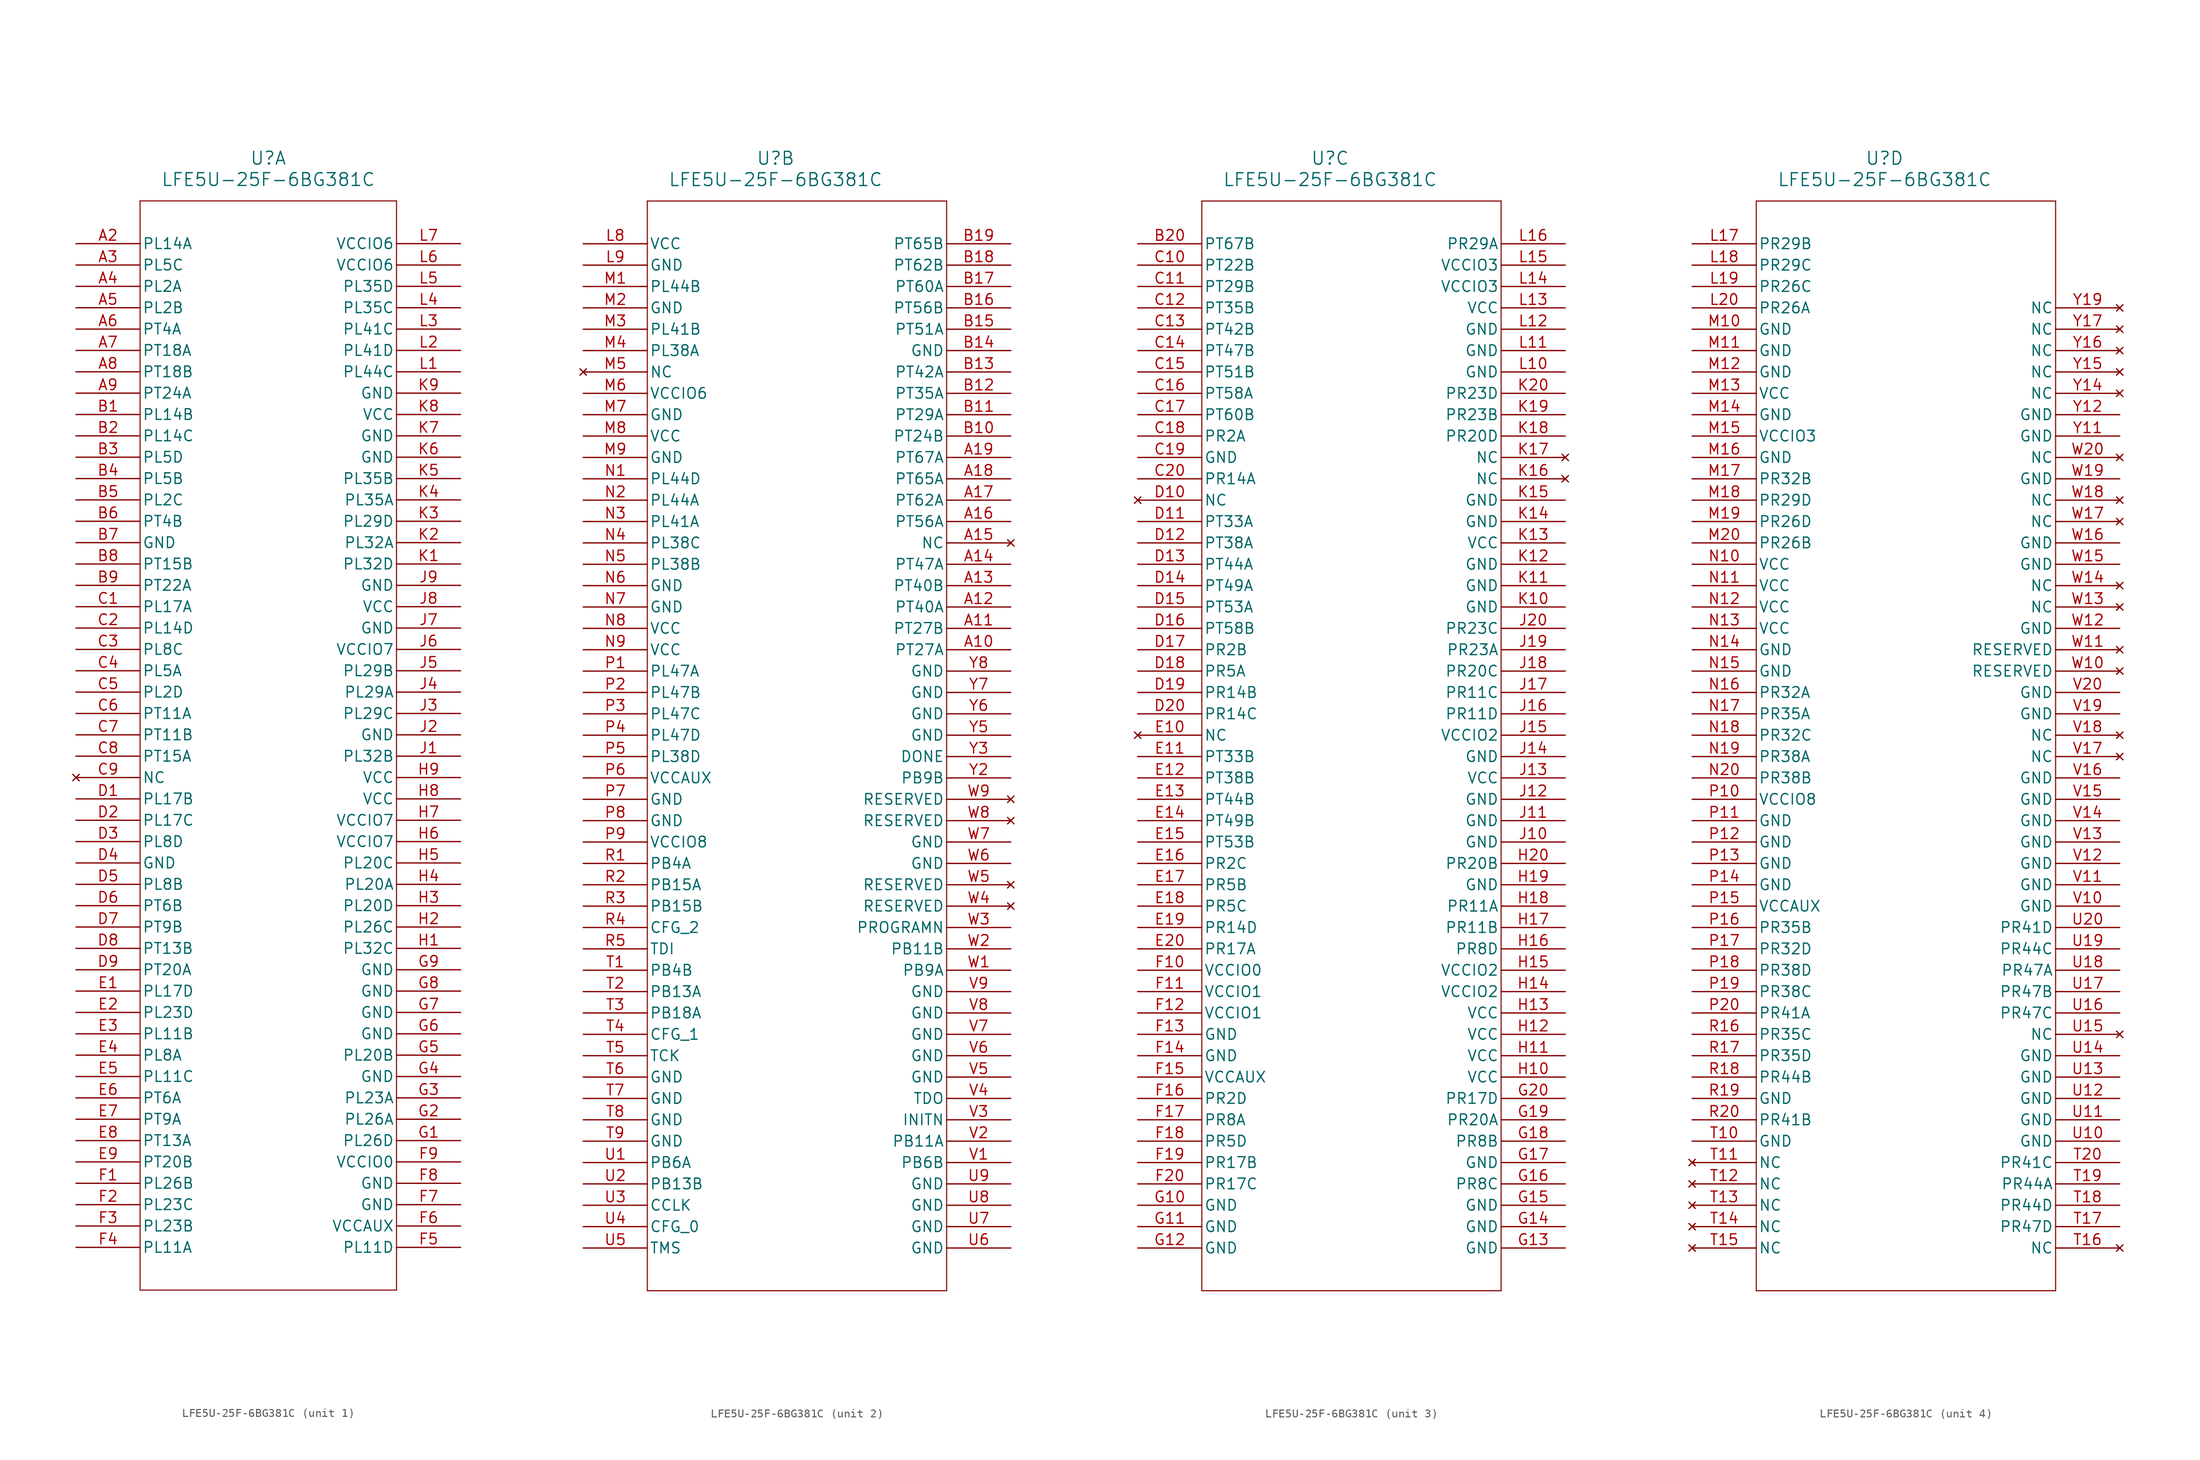
<source format=kicad_sym>
(kicad_symbol_lib
  (version 20241209)
  (generator "kicad_symbol_editor")
  (generator_version "9.0")
  (symbol "LFE5U-25F-6BG381C"
    (pin_names
      (offset 0.254))
    (property "Reference" "U"
      (at 22.86 10.16 0)
      (effects (font (size 1.524 1.524))))
    (property "Value" "LFE5U-25F-6BG381C"
      (at 22.86 7.62 0)
      (effects (font (size 1.524 1.524))))
    (property "ki_locked" ""
      (at 0 0 0)
      (effects (font (size 1.27 1.27))))
    (symbol "LFE5U-25F-6BG381C_1_1"
      (polyline (pts (xy 7.62 5.08) (xy 7.62 -124.46)) (stroke (width 0.127) (type default)) (fill (type none)))
      (polyline (pts (xy 7.62 -124.46) (xy 38.1 -124.46)) (stroke (width 0.127) (type default)) (fill (type none)))
      (polyline (pts (xy 38.1 5.08) (xy 7.62 5.08)) (stroke (width 0.127) (type default)) (fill (type none)))
      (polyline (pts (xy 38.1 -124.46) (xy 38.1 5.08)) (stroke (width 0.127) (type default)) (fill (type none)))
      (pin bidirectional line (at 0 0 0) (length 7.62) (name "PL14A" (effects (font (size 1.27 1.27)))) (number "A2" (effects (font (size 1.27 1.27)))))
      (pin bidirectional line (at 0 -2.54 0) (length 7.62) (name "PL5C" (effects (font (size 1.27 1.27)))) (number "A3" (effects (font (size 1.27 1.27)))))
      (pin bidirectional line (at 0 -5.08 0) (length 7.62) (name "PL2A" (effects (font (size 1.27 1.27)))) (number "A4" (effects (font (size 1.27 1.27)))))
      (pin bidirectional line (at 0 -7.62 0) (length 7.62) (name "PL2B" (effects (font (size 1.27 1.27)))) (number "A5" (effects (font (size 1.27 1.27)))))
      (pin bidirectional line (at 0 -10.16 0) (length 7.62) (name "PT4A" (effects (font (size 1.27 1.27)))) (number "A6" (effects (font (size 1.27 1.27)))))
      (pin bidirectional line (at 0 -12.7 0) (length 7.62) (name "PT18A" (effects (font (size 1.27 1.27)))) (number "A7" (effects (font (size 1.27 1.27)))))
      (pin bidirectional line (at 0 -15.24 0) (length 7.62) (name "PT18B" (effects (font (size 1.27 1.27)))) (number "A8" (effects (font (size 1.27 1.27)))))
      (pin bidirectional line (at 0 -17.78 0) (length 7.62) (name "PT24A" (effects (font (size 1.27 1.27)))) (number "A9" (effects (font (size 1.27 1.27)))))
      (pin bidirectional line (at 0 -20.32 0) (length 7.62) (name "PL14B" (effects (font (size 1.27 1.27)))) (number "B1" (effects (font (size 1.27 1.27)))))
      (pin bidirectional line (at 0 -22.86 0) (length 7.62) (name "PL14C" (effects (font (size 1.27 1.27)))) (number "B2" (effects (font (size 1.27 1.27)))))
      (pin bidirectional line (at 0 -25.4 0) (length 7.62) (name "PL5D" (effects (font (size 1.27 1.27)))) (number "B3" (effects (font (size 1.27 1.27)))))
      (pin bidirectional line (at 0 -27.94 0) (length 7.62) (name "PL5B" (effects (font (size 1.27 1.27)))) (number "B4" (effects (font (size 1.27 1.27)))))
      (pin bidirectional line (at 0 -30.48 0) (length 7.62) (name "PL2C" (effects (font (size 1.27 1.27)))) (number "B5" (effects (font (size 1.27 1.27)))))
      (pin bidirectional line (at 0 -33.02 0) (length 7.62) (name "PT4B" (effects (font (size 1.27 1.27)))) (number "B6" (effects (font (size 1.27 1.27)))))
      (pin power_out line (at 0 -35.56 0) (length 7.62) (name "GND" (effects (font (size 1.27 1.27)))) (number "B7" (effects (font (size 1.27 1.27)))))
      (pin bidirectional line (at 0 -38.1 0) (length 7.62) (name "PT15B" (effects (font (size 1.27 1.27)))) (number "B8" (effects (font (size 1.27 1.27)))))
      (pin bidirectional line (at 0 -40.64 0) (length 7.62) (name "PT22A" (effects (font (size 1.27 1.27)))) (number "B9" (effects (font (size 1.27 1.27)))))
      (pin bidirectional line (at 0 -43.18 0) (length 7.62) (name "PL17A" (effects (font (size 1.27 1.27)))) (number "C1" (effects (font (size 1.27 1.27)))))
      (pin bidirectional line (at 0 -45.72 0) (length 7.62) (name "PL14D" (effects (font (size 1.27 1.27)))) (number "C2" (effects (font (size 1.27 1.27)))))
      (pin bidirectional line (at 0 -48.26 0) (length 7.62) (name "PL8C" (effects (font (size 1.27 1.27)))) (number "C3" (effects (font (size 1.27 1.27)))))
      (pin bidirectional line (at 0 -50.8 0) (length 7.62) (name "PL5A" (effects (font (size 1.27 1.27)))) (number "C4" (effects (font (size 1.27 1.27)))))
      (pin bidirectional line (at 0 -53.34 0) (length 7.62) (name "PL2D" (effects (font (size 1.27 1.27)))) (number "C5" (effects (font (size 1.27 1.27)))))
      (pin bidirectional line (at 0 -55.88 0) (length 7.62) (name "PT11A" (effects (font (size 1.27 1.27)))) (number "C6" (effects (font (size 1.27 1.27)))))
      (pin bidirectional line (at 0 -58.42 0) (length 7.62) (name "PT11B" (effects (font (size 1.27 1.27)))) (number "C7" (effects (font (size 1.27 1.27)))))
      (pin bidirectional line (at 0 -60.96 0) (length 7.62) (name "PT15A" (effects (font (size 1.27 1.27)))) (number "C8" (effects (font (size 1.27 1.27)))))
      (pin no_connect line (at 0 -63.5 0) (length 7.62) (name "NC" (effects (font (size 1.27 1.27)))) (number "C9" (effects (font (size 1.27 1.27)))))
      (pin bidirectional line (at 0 -66.04 0) (length 7.62) (name "PL17B" (effects (font (size 1.27 1.27)))) (number "D1" (effects (font (size 1.27 1.27)))))
      (pin bidirectional line (at 0 -68.58 0) (length 7.62) (name "PL17C" (effects (font (size 1.27 1.27)))) (number "D2" (effects (font (size 1.27 1.27)))))
      (pin bidirectional line (at 0 -71.12 0) (length 7.62) (name "PL8D" (effects (font (size 1.27 1.27)))) (number "D3" (effects (font (size 1.27 1.27)))))
      (pin power_out line (at 0 -73.66 0) (length 7.62) (name "GND" (effects (font (size 1.27 1.27)))) (number "D4" (effects (font (size 1.27 1.27)))))
      (pin bidirectional line (at 0 -76.2 0) (length 7.62) (name "PL8B" (effects (font (size 1.27 1.27)))) (number "D5" (effects (font (size 1.27 1.27)))))
      (pin bidirectional line (at 0 -78.74 0) (length 7.62) (name "PT6B" (effects (font (size 1.27 1.27)))) (number "D6" (effects (font (size 1.27 1.27)))))
      (pin bidirectional line (at 0 -81.28 0) (length 7.62) (name "PT9B" (effects (font (size 1.27 1.27)))) (number "D7" (effects (font (size 1.27 1.27)))))
      (pin bidirectional line (at 0 -83.82 0) (length 7.62) (name "PT13B" (effects (font (size 1.27 1.27)))) (number "D8" (effects (font (size 1.27 1.27)))))
      (pin bidirectional line (at 0 -86.36 0) (length 7.62) (name "PT20A" (effects (font (size 1.27 1.27)))) (number "D9" (effects (font (size 1.27 1.27)))))
      (pin bidirectional line (at 0 -88.9 0) (length 7.62) (name "PL17D" (effects (font (size 1.27 1.27)))) (number "E1" (effects (font (size 1.27 1.27)))))
      (pin bidirectional line (at 0 -91.44 0) (length 7.62) (name "PL23D" (effects (font (size 1.27 1.27)))) (number "E2" (effects (font (size 1.27 1.27)))))
      (pin bidirectional line (at 0 -93.98 0) (length 7.62) (name "PL11B" (effects (font (size 1.27 1.27)))) (number "E3" (effects (font (size 1.27 1.27)))))
      (pin bidirectional line (at 0 -96.52 0) (length 7.62) (name "PL8A" (effects (font (size 1.27 1.27)))) (number "E4" (effects (font (size 1.27 1.27)))))
      (pin bidirectional line (at 0 -99.06 0) (length 7.62) (name "PL11C" (effects (font (size 1.27 1.27)))) (number "E5" (effects (font (size 1.27 1.27)))))
      (pin bidirectional line (at 0 -101.6 0) (length 7.62) (name "PT6A" (effects (font (size 1.27 1.27)))) (number "E6" (effects (font (size 1.27 1.27)))))
      (pin bidirectional line (at 0 -104.14 0) (length 7.62) (name "PT9A" (effects (font (size 1.27 1.27)))) (number "E7" (effects (font (size 1.27 1.27)))))
      (pin bidirectional line (at 0 -106.68 0) (length 7.62) (name "PT13A" (effects (font (size 1.27 1.27)))) (number "E8" (effects (font (size 1.27 1.27)))))
      (pin bidirectional line (at 0 -109.22 0) (length 7.62) (name "PT20B" (effects (font (size 1.27 1.27)))) (number "E9" (effects (font (size 1.27 1.27)))))
      (pin bidirectional line (at 0 -111.76 0) (length 7.62) (name "PL26B" (effects (font (size 1.27 1.27)))) (number "F1" (effects (font (size 1.27 1.27)))))
      (pin bidirectional line (at 0 -114.3 0) (length 7.62) (name "PL23C" (effects (font (size 1.27 1.27)))) (number "F2" (effects (font (size 1.27 1.27)))))
      (pin bidirectional line (at 0 -116.84 0) (length 7.62) (name "PL23B" (effects (font (size 1.27 1.27)))) (number "F3" (effects (font (size 1.27 1.27)))))
      (pin bidirectional line (at 0 -119.38 0) (length 7.62) (name "PL11A" (effects (font (size 1.27 1.27)))) (number "F4" (effects (font (size 1.27 1.27)))))
      (pin power_in line (at 45.72 0 180) (length 7.62) (name "VCCIO6" (effects (font (size 1.27 1.27)))) (number "L7" (effects (font (size 1.27 1.27)))))
      (pin power_in line (at 45.72 -2.54 180) (length 7.62) (name "VCCIO6" (effects (font (size 1.27 1.27)))) (number "L6" (effects (font (size 1.27 1.27)))))
      (pin bidirectional line (at 45.72 -5.08 180) (length 7.62) (name "PL35D" (effects (font (size 1.27 1.27)))) (number "L5" (effects (font (size 1.27 1.27)))))
      (pin bidirectional line (at 45.72 -7.62 180) (length 7.62) (name "PL35C" (effects (font (size 1.27 1.27)))) (number "L4" (effects (font (size 1.27 1.27)))))
      (pin bidirectional line (at 45.72 -10.16 180) (length 7.62) (name "PL41C" (effects (font (size 1.27 1.27)))) (number "L3" (effects (font (size 1.27 1.27)))))
      (pin bidirectional line (at 45.72 -12.7 180) (length 7.62) (name "PL41D" (effects (font (size 1.27 1.27)))) (number "L2" (effects (font (size 1.27 1.27)))))
      (pin bidirectional line (at 45.72 -15.24 180) (length 7.62) (name "PL44C" (effects (font (size 1.27 1.27)))) (number "L1" (effects (font (size 1.27 1.27)))))
      (pin power_out line (at 45.72 -17.78 180) (length 7.62) (name "GND" (effects (font (size 1.27 1.27)))) (number "K9" (effects (font (size 1.27 1.27)))))
      (pin power_in line (at 45.72 -20.32 180) (length 7.62) (name "VCC" (effects (font (size 1.27 1.27)))) (number "K8" (effects (font (size 1.27 1.27)))))
      (pin power_out line (at 45.72 -22.86 180) (length 7.62) (name "GND" (effects (font (size 1.27 1.27)))) (number "K7" (effects (font (size 1.27 1.27)))))
      (pin power_out line (at 45.72 -25.4 180) (length 7.62) (name "GND" (effects (font (size 1.27 1.27)))) (number "K6" (effects (font (size 1.27 1.27)))))
      (pin bidirectional line (at 45.72 -27.94 180) (length 7.62) (name "PL35B" (effects (font (size 1.27 1.27)))) (number "K5" (effects (font (size 1.27 1.27)))))
      (pin bidirectional line (at 45.72 -30.48 180) (length 7.62) (name "PL35A" (effects (font (size 1.27 1.27)))) (number "K4" (effects (font (size 1.27 1.27)))))
      (pin bidirectional line (at 45.72 -33.02 180) (length 7.62) (name "PL29D" (effects (font (size 1.27 1.27)))) (number "K3" (effects (font (size 1.27 1.27)))))
      (pin bidirectional line (at 45.72 -35.56 180) (length 7.62) (name "PL32A" (effects (font (size 1.27 1.27)))) (number "K2" (effects (font (size 1.27 1.27)))))
      (pin bidirectional line (at 45.72 -38.1 180) (length 7.62) (name "PL32D" (effects (font (size 1.27 1.27)))) (number "K1" (effects (font (size 1.27 1.27)))))
      (pin power_out line (at 45.72 -40.64 180) (length 7.62) (name "GND" (effects (font (size 1.27 1.27)))) (number "J9" (effects (font (size 1.27 1.27)))))
      (pin power_in line (at 45.72 -43.18 180) (length 7.62) (name "VCC" (effects (font (size 1.27 1.27)))) (number "J8" (effects (font (size 1.27 1.27)))))
      (pin power_out line (at 45.72 -45.72 180) (length 7.62) (name "GND" (effects (font (size 1.27 1.27)))) (number "J7" (effects (font (size 1.27 1.27)))))
      (pin power_in line (at 45.72 -48.26 180) (length 7.62) (name "VCCIO7" (effects (font (size 1.27 1.27)))) (number "J6" (effects (font (size 1.27 1.27)))))
      (pin bidirectional line (at 45.72 -50.8 180) (length 7.62) (name "PL29B" (effects (font (size 1.27 1.27)))) (number "J5" (effects (font (size 1.27 1.27)))))
      (pin bidirectional line (at 45.72 -53.34 180) (length 7.62) (name "PL29A" (effects (font (size 1.27 1.27)))) (number "J4" (effects (font (size 1.27 1.27)))))
      (pin bidirectional line (at 45.72 -55.88 180) (length 7.62) (name "PL29C" (effects (font (size 1.27 1.27)))) (number "J3" (effects (font (size 1.27 1.27)))))
      (pin power_out line (at 45.72 -58.42 180) (length 7.62) (name "GND" (effects (font (size 1.27 1.27)))) (number "J2" (effects (font (size 1.27 1.27)))))
      (pin bidirectional line (at 45.72 -60.96 180) (length 7.62) (name "PL32B" (effects (font (size 1.27 1.27)))) (number "J1" (effects (font (size 1.27 1.27)))))
      (pin power_in line (at 45.72 -63.5 180) (length 7.62) (name "VCC" (effects (font (size 1.27 1.27)))) (number "H9" (effects (font (size 1.27 1.27)))))
      (pin power_in line (at 45.72 -66.04 180) (length 7.62) (name "VCC" (effects (font (size 1.27 1.27)))) (number "H8" (effects (font (size 1.27 1.27)))))
      (pin power_in line (at 45.72 -68.58 180) (length 7.62) (name "VCCIO7" (effects (font (size 1.27 1.27)))) (number "H7" (effects (font (size 1.27 1.27)))))
      (pin power_in line (at 45.72 -71.12 180) (length 7.62) (name "VCCIO7" (effects (font (size 1.27 1.27)))) (number "H6" (effects (font (size 1.27 1.27)))))
      (pin bidirectional line (at 45.72 -73.66 180) (length 7.62) (name "PL20C" (effects (font (size 1.27 1.27)))) (number "H5" (effects (font (size 1.27 1.27)))))
      (pin bidirectional line (at 45.72 -76.2 180) (length 7.62) (name "PL20A" (effects (font (size 1.27 1.27)))) (number "H4" (effects (font (size 1.27 1.27)))))
      (pin bidirectional line (at 45.72 -78.74 180) (length 7.62) (name "PL20D" (effects (font (size 1.27 1.27)))) (number "H3" (effects (font (size 1.27 1.27)))))
      (pin bidirectional line (at 45.72 -81.28 180) (length 7.62) (name "PL26C" (effects (font (size 1.27 1.27)))) (number "H2" (effects (font (size 1.27 1.27)))))
      (pin bidirectional line (at 45.72 -83.82 180) (length 7.62) (name "PL32C" (effects (font (size 1.27 1.27)))) (number "H1" (effects (font (size 1.27 1.27)))))
      (pin power_out line (at 45.72 -86.36 180) (length 7.62) (name "GND" (effects (font (size 1.27 1.27)))) (number "G9" (effects (font (size 1.27 1.27)))))
      (pin power_out line (at 45.72 -88.9 180) (length 7.62) (name "GND" (effects (font (size 1.27 1.27)))) (number "G8" (effects (font (size 1.27 1.27)))))
      (pin power_out line (at 45.72 -91.44 180) (length 7.62) (name "GND" (effects (font (size 1.27 1.27)))) (number "G7" (effects (font (size 1.27 1.27)))))
      (pin power_out line (at 45.72 -93.98 180) (length 7.62) (name "GND" (effects (font (size 1.27 1.27)))) (number "G6" (effects (font (size 1.27 1.27)))))
      (pin bidirectional line (at 45.72 -96.52 180) (length 7.62) (name "PL20B" (effects (font (size 1.27 1.27)))) (number "G5" (effects (font (size 1.27 1.27)))))
      (pin power_out line (at 45.72 -99.06 180) (length 7.62) (name "GND" (effects (font (size 1.27 1.27)))) (number "G4" (effects (font (size 1.27 1.27)))))
      (pin bidirectional line (at 45.72 -101.6 180) (length 7.62) (name "PL23A" (effects (font (size 1.27 1.27)))) (number "G3" (effects (font (size 1.27 1.27)))))
      (pin bidirectional line (at 45.72 -104.14 180) (length 7.62) (name "PL26A" (effects (font (size 1.27 1.27)))) (number "G2" (effects (font (size 1.27 1.27)))))
      (pin bidirectional line (at 45.72 -106.68 180) (length 7.62) (name "PL26D" (effects (font (size 1.27 1.27)))) (number "G1" (effects (font (size 1.27 1.27)))))
      (pin power_in line (at 45.72 -109.22 180) (length 7.62) (name "VCCIO0" (effects (font (size 1.27 1.27)))) (number "F9" (effects (font (size 1.27 1.27)))))
      (pin power_out line (at 45.72 -111.76 180) (length 7.62) (name "GND" (effects (font (size 1.27 1.27)))) (number "F8" (effects (font (size 1.27 1.27)))))
      (pin power_out line (at 45.72 -114.3 180) (length 7.62) (name "GND" (effects (font (size 1.27 1.27)))) (number "F7" (effects (font (size 1.27 1.27)))))
      (pin power_in line (at 45.72 -116.84 180) (length 7.62) (name "VCCAUX" (effects (font (size 1.27 1.27)))) (number "F6" (effects (font (size 1.27 1.27)))))
      (pin bidirectional line (at 45.72 -119.38 180) (length 7.62) (name "PL11D" (effects (font (size 1.27 1.27)))) (number "F5" (effects (font (size 1.27 1.27))))))
    (symbol "LFE5U-25F-6BG381C_2_1"
      (polyline (pts (xy 7.62 5.08) (xy 7.62 -124.46)) (stroke (width 0.127) (type default)) (fill (type none)))
      (polyline (pts (xy 7.62 -124.46) (xy 43.18 -124.46)) (stroke (width 0.127) (type default)) (fill (type none)))
      (polyline (pts (xy 43.18 5.08) (xy 7.62 5.08)) (stroke (width 0.127) (type default)) (fill (type none)))
      (polyline (pts (xy 43.18 -124.46) (xy 43.18 5.08)) (stroke (width 0.127) (type default)) (fill (type none)))
      (pin power_in line (at 0 0 0) (length 7.62) (name "VCC" (effects (font (size 1.27 1.27)))) (number "L8" (effects (font (size 1.27 1.27)))))
      (pin power_out line (at 0 -2.54 0) (length 7.62) (name "GND" (effects (font (size 1.27 1.27)))) (number "L9" (effects (font (size 1.27 1.27)))))
      (pin bidirectional line (at 0 -5.08 0) (length 7.62) (name "PL44B" (effects (font (size 1.27 1.27)))) (number "M1" (effects (font (size 1.27 1.27)))))
      (pin power_out line (at 0 -7.62 0) (length 7.62) (name "GND" (effects (font (size 1.27 1.27)))) (number "M2" (effects (font (size 1.27 1.27)))))
      (pin bidirectional line (at 0 -10.16 0) (length 7.62) (name "PL41B" (effects (font (size 1.27 1.27)))) (number "M3" (effects (font (size 1.27 1.27)))))
      (pin bidirectional line (at 0 -12.7 0) (length 7.62) (name "PL38A" (effects (font (size 1.27 1.27)))) (number "M4" (effects (font (size 1.27 1.27)))))
      (pin no_connect line (at 0 -15.24 0) (length 7.62) (name "NC" (effects (font (size 1.27 1.27)))) (number "M5" (effects (font (size 1.27 1.27)))))
      (pin power_in line (at 0 -17.78 0) (length 7.62) (name "VCCIO6" (effects (font (size 1.27 1.27)))) (number "M6" (effects (font (size 1.27 1.27)))))
      (pin power_out line (at 0 -20.32 0) (length 7.62) (name "GND" (effects (font (size 1.27 1.27)))) (number "M7" (effects (font (size 1.27 1.27)))))
      (pin power_in line (at 0 -22.86 0) (length 7.62) (name "VCC" (effects (font (size 1.27 1.27)))) (number "M8" (effects (font (size 1.27 1.27)))))
      (pin power_out line (at 0 -25.4 0) (length 7.62) (name "GND" (effects (font (size 1.27 1.27)))) (number "M9" (effects (font (size 1.27 1.27)))))
      (pin bidirectional line (at 0 -27.94 0) (length 7.62) (name "PL44D" (effects (font (size 1.27 1.27)))) (number "N1" (effects (font (size 1.27 1.27)))))
      (pin bidirectional line (at 0 -30.48 0) (length 7.62) (name "PL44A" (effects (font (size 1.27 1.27)))) (number "N2" (effects (font (size 1.27 1.27)))))
      (pin bidirectional line (at 0 -33.02 0) (length 7.62) (name "PL41A" (effects (font (size 1.27 1.27)))) (number "N3" (effects (font (size 1.27 1.27)))))
      (pin bidirectional line (at 0 -35.56 0) (length 7.62) (name "PL38C" (effects (font (size 1.27 1.27)))) (number "N4" (effects (font (size 1.27 1.27)))))
      (pin bidirectional line (at 0 -38.1 0) (length 7.62) (name "PL38B" (effects (font (size 1.27 1.27)))) (number "N5" (effects (font (size 1.27 1.27)))))
      (pin power_out line (at 0 -40.64 0) (length 7.62) (name "GND" (effects (font (size 1.27 1.27)))) (number "N6" (effects (font (size 1.27 1.27)))))
      (pin power_out line (at 0 -43.18 0) (length 7.62) (name "GND" (effects (font (size 1.27 1.27)))) (number "N7" (effects (font (size 1.27 1.27)))))
      (pin power_in line (at 0 -45.72 0) (length 7.62) (name "VCC" (effects (font (size 1.27 1.27)))) (number "N8" (effects (font (size 1.27 1.27)))))
      (pin power_in line (at 0 -48.26 0) (length 7.62) (name "VCC" (effects (font (size 1.27 1.27)))) (number "N9" (effects (font (size 1.27 1.27)))))
      (pin bidirectional line (at 0 -50.8 0) (length 7.62) (name "PL47A" (effects (font (size 1.27 1.27)))) (number "P1" (effects (font (size 1.27 1.27)))))
      (pin bidirectional line (at 0 -53.34 0) (length 7.62) (name "PL47B" (effects (font (size 1.27 1.27)))) (number "P2" (effects (font (size 1.27 1.27)))))
      (pin bidirectional line (at 0 -55.88 0) (length 7.62) (name "PL47C" (effects (font (size 1.27 1.27)))) (number "P3" (effects (font (size 1.27 1.27)))))
      (pin bidirectional line (at 0 -58.42 0) (length 7.62) (name "PL47D" (effects (font (size 1.27 1.27)))) (number "P4" (effects (font (size 1.27 1.27)))))
      (pin bidirectional line (at 0 -60.96 0) (length 7.62) (name "PL38D" (effects (font (size 1.27 1.27)))) (number "P5" (effects (font (size 1.27 1.27)))))
      (pin power_in line (at 0 -63.5 0) (length 7.62) (name "VCCAUX" (effects (font (size 1.27 1.27)))) (number "P6" (effects (font (size 1.27 1.27)))))
      (pin power_out line (at 0 -66.04 0) (length 7.62) (name "GND" (effects (font (size 1.27 1.27)))) (number "P7" (effects (font (size 1.27 1.27)))))
      (pin power_out line (at 0 -68.58 0) (length 7.62) (name "GND" (effects (font (size 1.27 1.27)))) (number "P8" (effects (font (size 1.27 1.27)))))
      (pin power_in line (at 0 -71.12 0) (length 7.62) (name "VCCIO8" (effects (font (size 1.27 1.27)))) (number "P9" (effects (font (size 1.27 1.27)))))
      (pin bidirectional line (at 0 -73.66 0) (length 7.62) (name "PB4A" (effects (font (size 1.27 1.27)))) (number "R1" (effects (font (size 1.27 1.27)))))
      (pin bidirectional line (at 0 -76.2 0) (length 7.62) (name "PB15A" (effects (font (size 1.27 1.27)))) (number "R2" (effects (font (size 1.27 1.27)))))
      (pin bidirectional line (at 0 -78.74 0) (length 7.62) (name "PB15B" (effects (font (size 1.27 1.27)))) (number "R3" (effects (font (size 1.27 1.27)))))
      (pin input line (at 0 -81.28 0) (length 7.62) (name "CFG_2" (effects (font (size 1.27 1.27)))) (number "R4" (effects (font (size 1.27 1.27)))))
      (pin input line (at 0 -83.82 0) (length 7.62) (name "TDI" (effects (font (size 1.27 1.27)))) (number "R5" (effects (font (size 1.27 1.27)))))
      (pin bidirectional line (at 0 -86.36 0) (length 7.62) (name "PB4B" (effects (font (size 1.27 1.27)))) (number "T1" (effects (font (size 1.27 1.27)))))
      (pin bidirectional line (at 0 -88.9 0) (length 7.62) (name "PB13A" (effects (font (size 1.27 1.27)))) (number "T2" (effects (font (size 1.27 1.27)))))
      (pin bidirectional line (at 0 -91.44 0) (length 7.62) (name "PB18A" (effects (font (size 1.27 1.27)))) (number "T3" (effects (font (size 1.27 1.27)))))
      (pin input line (at 0 -93.98 0) (length 7.62) (name "CFG_1" (effects (font (size 1.27 1.27)))) (number "T4" (effects (font (size 1.27 1.27)))))
      (pin input line (at 0 -96.52 0) (length 7.62) (name "TCK" (effects (font (size 1.27 1.27)))) (number "T5" (effects (font (size 1.27 1.27)))))
      (pin power_out line (at 0 -99.06 0) (length 7.62) (name "GND" (effects (font (size 1.27 1.27)))) (number "T6" (effects (font (size 1.27 1.27)))))
      (pin power_out line (at 0 -101.6 0) (length 7.62) (name "GND" (effects (font (size 1.27 1.27)))) (number "T7" (effects (font (size 1.27 1.27)))))
      (pin power_out line (at 0 -104.14 0) (length 7.62) (name "GND" (effects (font (size 1.27 1.27)))) (number "T8" (effects (font (size 1.27 1.27)))))
      (pin power_out line (at 0 -106.68 0) (length 7.62) (name "GND" (effects (font (size 1.27 1.27)))) (number "T9" (effects (font (size 1.27 1.27)))))
      (pin bidirectional line (at 0 -109.22 0) (length 7.62) (name "PB6A" (effects (font (size 1.27 1.27)))) (number "U1" (effects (font (size 1.27 1.27)))))
      (pin bidirectional line (at 0 -111.76 0) (length 7.62) (name "PB13B" (effects (font (size 1.27 1.27)))) (number "U2" (effects (font (size 1.27 1.27)))))
      (pin bidirectional line (at 0 -114.3 0) (length 7.62) (name "CCLK" (effects (font (size 1.27 1.27)))) (number "U3" (effects (font (size 1.27 1.27)))))
      (pin input line (at 0 -116.84 0) (length 7.62) (name "CFG_0" (effects (font (size 1.27 1.27)))) (number "U4" (effects (font (size 1.27 1.27)))))
      (pin input line (at 0 -119.38 0) (length 7.62) (name "TMS" (effects (font (size 1.27 1.27)))) (number "U5" (effects (font (size 1.27 1.27)))))
      (pin bidirectional line (at 50.8 0 180) (length 7.62) (name "PT65B" (effects (font (size 1.27 1.27)))) (number "B19" (effects (font (size 1.27 1.27)))))
      (pin bidirectional line (at 50.8 -2.54 180) (length 7.62) (name "PT62B" (effects (font (size 1.27 1.27)))) (number "B18" (effects (font (size 1.27 1.27)))))
      (pin bidirectional line (at 50.8 -5.08 180) (length 7.62) (name "PT60A" (effects (font (size 1.27 1.27)))) (number "B17" (effects (font (size 1.27 1.27)))))
      (pin bidirectional line (at 50.8 -7.62 180) (length 7.62) (name "PT56B" (effects (font (size 1.27 1.27)))) (number "B16" (effects (font (size 1.27 1.27)))))
      (pin bidirectional line (at 50.8 -10.16 180) (length 7.62) (name "PT51A" (effects (font (size 1.27 1.27)))) (number "B15" (effects (font (size 1.27 1.27)))))
      (pin power_out line (at 50.8 -12.7 180) (length 7.62) (name "GND" (effects (font (size 1.27 1.27)))) (number "B14" (effects (font (size 1.27 1.27)))))
      (pin bidirectional line (at 50.8 -15.24 180) (length 7.62) (name "PT42A" (effects (font (size 1.27 1.27)))) (number "B13" (effects (font (size 1.27 1.27)))))
      (pin bidirectional line (at 50.8 -17.78 180) (length 7.62) (name "PT35A" (effects (font (size 1.27 1.27)))) (number "B12" (effects (font (size 1.27 1.27)))))
      (pin bidirectional line (at 50.8 -20.32 180) (length 7.62) (name "PT29A" (effects (font (size 1.27 1.27)))) (number "B11" (effects (font (size 1.27 1.27)))))
      (pin bidirectional line (at 50.8 -22.86 180) (length 7.62) (name "PT24B" (effects (font (size 1.27 1.27)))) (number "B10" (effects (font (size 1.27 1.27)))))
      (pin bidirectional line (at 50.8 -25.4 180) (length 7.62) (name "PT67A" (effects (font (size 1.27 1.27)))) (number "A19" (effects (font (size 1.27 1.27)))))
      (pin bidirectional line (at 50.8 -27.94 180) (length 7.62) (name "PT65A" (effects (font (size 1.27 1.27)))) (number "A18" (effects (font (size 1.27 1.27)))))
      (pin bidirectional line (at 50.8 -30.48 180) (length 7.62) (name "PT62A" (effects (font (size 1.27 1.27)))) (number "A17" (effects (font (size 1.27 1.27)))))
      (pin bidirectional line (at 50.8 -33.02 180) (length 7.62) (name "PT56A" (effects (font (size 1.27 1.27)))) (number "A16" (effects (font (size 1.27 1.27)))))
      (pin no_connect line (at 50.8 -35.56 180) (length 7.62) (name "NC" (effects (font (size 1.27 1.27)))) (number "A15" (effects (font (size 1.27 1.27)))))
      (pin bidirectional line (at 50.8 -38.1 180) (length 7.62) (name "PT47A" (effects (font (size 1.27 1.27)))) (number "A14" (effects (font (size 1.27 1.27)))))
      (pin bidirectional line (at 50.8 -40.64 180) (length 7.62) (name "PT40B" (effects (font (size 1.27 1.27)))) (number "A13" (effects (font (size 1.27 1.27)))))
      (pin bidirectional line (at 50.8 -43.18 180) (length 7.62) (name "PT40A" (effects (font (size 1.27 1.27)))) (number "A12" (effects (font (size 1.27 1.27)))))
      (pin bidirectional line (at 50.8 -45.72 180) (length 7.62) (name "PT27B" (effects (font (size 1.27 1.27)))) (number "A11" (effects (font (size 1.27 1.27)))))
      (pin bidirectional line (at 50.8 -48.26 180) (length 7.62) (name "PT27A" (effects (font (size 1.27 1.27)))) (number "A10" (effects (font (size 1.27 1.27)))))
      (pin power_out line (at 50.8 -50.8 180) (length 7.62) (name "GND" (effects (font (size 1.27 1.27)))) (number "Y8" (effects (font (size 1.27 1.27)))))
      (pin power_out line (at 50.8 -53.34 180) (length 7.62) (name "GND" (effects (font (size 1.27 1.27)))) (number "Y7" (effects (font (size 1.27 1.27)))))
      (pin power_out line (at 50.8 -55.88 180) (length 7.62) (name "GND" (effects (font (size 1.27 1.27)))) (number "Y6" (effects (font (size 1.27 1.27)))))
      (pin power_out line (at 50.8 -58.42 180) (length 7.62) (name "GND" (effects (font (size 1.27 1.27)))) (number "Y5" (effects (font (size 1.27 1.27)))))
      (pin bidirectional line (at 50.8 -60.96 180) (length 7.62) (name "DONE" (effects (font (size 1.27 1.27)))) (number "Y3" (effects (font (size 1.27 1.27)))))
      (pin bidirectional line (at 50.8 -63.5 180) (length 7.62) (name "PB9B" (effects (font (size 1.27 1.27)))) (number "Y2" (effects (font (size 1.27 1.27)))))
      (pin no_connect line (at 50.8 -66.04 180) (length 7.62) (name "RESERVED" (effects (font (size 1.27 1.27)))) (number "W9" (effects (font (size 1.27 1.27)))))
      (pin no_connect line (at 50.8 -68.58 180) (length 7.62) (name "RESERVED" (effects (font (size 1.27 1.27)))) (number "W8" (effects (font (size 1.27 1.27)))))
      (pin power_out line (at 50.8 -71.12 180) (length 7.62) (name "GND" (effects (font (size 1.27 1.27)))) (number "W7" (effects (font (size 1.27 1.27)))))
      (pin power_out line (at 50.8 -73.66 180) (length 7.62) (name "GND" (effects (font (size 1.27 1.27)))) (number "W6" (effects (font (size 1.27 1.27)))))
      (pin no_connect line (at 50.8 -76.2 180) (length 7.62) (name "RESERVED" (effects (font (size 1.27 1.27)))) (number "W5" (effects (font (size 1.27 1.27)))))
      (pin no_connect line (at 50.8 -78.74 180) (length 7.62) (name "RESERVED" (effects (font (size 1.27 1.27)))) (number "W4" (effects (font (size 1.27 1.27)))))
      (pin input line (at 50.8 -81.28 180) (length 7.62) (name "PROGRAMN" (effects (font (size 1.27 1.27)))) (number "W3" (effects (font (size 1.27 1.27)))))
      (pin bidirectional line (at 50.8 -83.82 180) (length 7.62) (name "PB11B" (effects (font (size 1.27 1.27)))) (number "W2" (effects (font (size 1.27 1.27)))))
      (pin bidirectional line (at 50.8 -86.36 180) (length 7.62) (name "PB9A" (effects (font (size 1.27 1.27)))) (number "W1" (effects (font (size 1.27 1.27)))))
      (pin power_out line (at 50.8 -88.9 180) (length 7.62) (name "GND" (effects (font (size 1.27 1.27)))) (number "V9" (effects (font (size 1.27 1.27)))))
      (pin power_out line (at 50.8 -91.44 180) (length 7.62) (name "GND" (effects (font (size 1.27 1.27)))) (number "V8" (effects (font (size 1.27 1.27)))))
      (pin power_out line (at 50.8 -93.98 180) (length 7.62) (name "GND" (effects (font (size 1.27 1.27)))) (number "V7" (effects (font (size 1.27 1.27)))))
      (pin power_out line (at 50.8 -96.52 180) (length 7.62) (name "GND" (effects (font (size 1.27 1.27)))) (number "V6" (effects (font (size 1.27 1.27)))))
      (pin power_out line (at 50.8 -99.06 180) (length 7.62) (name "GND" (effects (font (size 1.27 1.27)))) (number "V5" (effects (font (size 1.27 1.27)))))
      (pin output line (at 50.8 -101.6 180) (length 7.62) (name "TDO" (effects (font (size 1.27 1.27)))) (number "V4" (effects (font (size 1.27 1.27)))))
      (pin bidirectional line (at 50.8 -104.14 180) (length 7.62) (name "INITN" (effects (font (size 1.27 1.27)))) (number "V3" (effects (font (size 1.27 1.27)))))
      (pin bidirectional line (at 50.8 -106.68 180) (length 7.62) (name "PB11A" (effects (font (size 1.27 1.27)))) (number "V2" (effects (font (size 1.27 1.27)))))
      (pin bidirectional line (at 50.8 -109.22 180) (length 7.62) (name "PB6B" (effects (font (size 1.27 1.27)))) (number "V1" (effects (font (size 1.27 1.27)))))
      (pin power_out line (at 50.8 -111.76 180) (length 7.62) (name "GND" (effects (font (size 1.27 1.27)))) (number "U9" (effects (font (size 1.27 1.27)))))
      (pin power_out line (at 50.8 -114.3 180) (length 7.62) (name "GND" (effects (font (size 1.27 1.27)))) (number "U8" (effects (font (size 1.27 1.27)))))
      (pin power_out line (at 50.8 -116.84 180) (length 7.62) (name "GND" (effects (font (size 1.27 1.27)))) (number "U7" (effects (font (size 1.27 1.27)))))
      (pin power_out line (at 50.8 -119.38 180) (length 7.62) (name "GND" (effects (font (size 1.27 1.27)))) (number "U6" (effects (font (size 1.27 1.27))))))
    (symbol "LFE5U-25F-6BG381C_3_1"
      (polyline (pts (xy 7.62 5.08) (xy 7.62 -124.46)) (stroke (width 0.127) (type default)) (fill (type none)))
      (polyline (pts (xy 7.62 -124.46) (xy 43.18 -124.46)) (stroke (width 0.127) (type default)) (fill (type none)))
      (polyline (pts (xy 43.18 5.08) (xy 7.62 5.08)) (stroke (width 0.127) (type default)) (fill (type none)))
      (polyline (pts (xy 43.18 -124.46) (xy 43.18 5.08)) (stroke (width 0.127) (type default)) (fill (type none)))
      (pin bidirectional line (at 0 0 0) (length 7.62) (name "PT67B" (effects (font (size 1.27 1.27)))) (number "B20" (effects (font (size 1.27 1.27)))))
      (pin bidirectional line (at 0 -2.54 0) (length 7.62) (name "PT22B" (effects (font (size 1.27 1.27)))) (number "C10" (effects (font (size 1.27 1.27)))))
      (pin bidirectional line (at 0 -5.08 0) (length 7.62) (name "PT29B" (effects (font (size 1.27 1.27)))) (number "C11" (effects (font (size 1.27 1.27)))))
      (pin bidirectional line (at 0 -7.62 0) (length 7.62) (name "PT35B" (effects (font (size 1.27 1.27)))) (number "C12" (effects (font (size 1.27 1.27)))))
      (pin bidirectional line (at 0 -10.16 0) (length 7.62) (name "PT42B" (effects (font (size 1.27 1.27)))) (number "C13" (effects (font (size 1.27 1.27)))))
      (pin bidirectional line (at 0 -12.7 0) (length 7.62) (name "PT47B" (effects (font (size 1.27 1.27)))) (number "C14" (effects (font (size 1.27 1.27)))))
      (pin bidirectional line (at 0 -15.24 0) (length 7.62) (name "PT51B" (effects (font (size 1.27 1.27)))) (number "C15" (effects (font (size 1.27 1.27)))))
      (pin bidirectional line (at 0 -17.78 0) (length 7.62) (name "PT58A" (effects (font (size 1.27 1.27)))) (number "C16" (effects (font (size 1.27 1.27)))))
      (pin bidirectional line (at 0 -20.32 0) (length 7.62) (name "PT60B" (effects (font (size 1.27 1.27)))) (number "C17" (effects (font (size 1.27 1.27)))))
      (pin bidirectional line (at 0 -22.86 0) (length 7.62) (name "PR2A" (effects (font (size 1.27 1.27)))) (number "C18" (effects (font (size 1.27 1.27)))))
      (pin power_out line (at 0 -25.4 0) (length 7.62) (name "GND" (effects (font (size 1.27 1.27)))) (number "C19" (effects (font (size 1.27 1.27)))))
      (pin bidirectional line (at 0 -27.94 0) (length 7.62) (name "PR14A" (effects (font (size 1.27 1.27)))) (number "C20" (effects (font (size 1.27 1.27)))))
      (pin no_connect line (at 0 -30.48 0) (length 7.62) (name "NC" (effects (font (size 1.27 1.27)))) (number "D10" (effects (font (size 1.27 1.27)))))
      (pin bidirectional line (at 0 -33.02 0) (length 7.62) (name "PT33A" (effects (font (size 1.27 1.27)))) (number "D11" (effects (font (size 1.27 1.27)))))
      (pin bidirectional line (at 0 -35.56 0) (length 7.62) (name "PT38A" (effects (font (size 1.27 1.27)))) (number "D12" (effects (font (size 1.27 1.27)))))
      (pin bidirectional line (at 0 -38.1 0) (length 7.62) (name "PT44A" (effects (font (size 1.27 1.27)))) (number "D13" (effects (font (size 1.27 1.27)))))
      (pin bidirectional line (at 0 -40.64 0) (length 7.62) (name "PT49A" (effects (font (size 1.27 1.27)))) (number "D14" (effects (font (size 1.27 1.27)))))
      (pin bidirectional line (at 0 -43.18 0) (length 7.62) (name "PT53A" (effects (font (size 1.27 1.27)))) (number "D15" (effects (font (size 1.27 1.27)))))
      (pin bidirectional line (at 0 -45.72 0) (length 7.62) (name "PT58B" (effects (font (size 1.27 1.27)))) (number "D16" (effects (font (size 1.27 1.27)))))
      (pin bidirectional line (at 0 -48.26 0) (length 7.62) (name "PR2B" (effects (font (size 1.27 1.27)))) (number "D17" (effects (font (size 1.27 1.27)))))
      (pin bidirectional line (at 0 -50.8 0) (length 7.62) (name "PR5A" (effects (font (size 1.27 1.27)))) (number "D18" (effects (font (size 1.27 1.27)))))
      (pin bidirectional line (at 0 -53.34 0) (length 7.62) (name "PR14B" (effects (font (size 1.27 1.27)))) (number "D19" (effects (font (size 1.27 1.27)))))
      (pin bidirectional line (at 0 -55.88 0) (length 7.62) (name "PR14C" (effects (font (size 1.27 1.27)))) (number "D20" (effects (font (size 1.27 1.27)))))
      (pin no_connect line (at 0 -58.42 0) (length 7.62) (name "NC" (effects (font (size 1.27 1.27)))) (number "E10" (effects (font (size 1.27 1.27)))))
      (pin bidirectional line (at 0 -60.96 0) (length 7.62) (name "PT33B" (effects (font (size 1.27 1.27)))) (number "E11" (effects (font (size 1.27 1.27)))))
      (pin bidirectional line (at 0 -63.5 0) (length 7.62) (name "PT38B" (effects (font (size 1.27 1.27)))) (number "E12" (effects (font (size 1.27 1.27)))))
      (pin bidirectional line (at 0 -66.04 0) (length 7.62) (name "PT44B" (effects (font (size 1.27 1.27)))) (number "E13" (effects (font (size 1.27 1.27)))))
      (pin bidirectional line (at 0 -68.58 0) (length 7.62) (name "PT49B" (effects (font (size 1.27 1.27)))) (number "E14" (effects (font (size 1.27 1.27)))))
      (pin bidirectional line (at 0 -71.12 0) (length 7.62) (name "PT53B" (effects (font (size 1.27 1.27)))) (number "E15" (effects (font (size 1.27 1.27)))))
      (pin bidirectional line (at 0 -73.66 0) (length 7.62) (name "PR2C" (effects (font (size 1.27 1.27)))) (number "E16" (effects (font (size 1.27 1.27)))))
      (pin bidirectional line (at 0 -76.2 0) (length 7.62) (name "PR5B" (effects (font (size 1.27 1.27)))) (number "E17" (effects (font (size 1.27 1.27)))))
      (pin bidirectional line (at 0 -78.74 0) (length 7.62) (name "PR5C" (effects (font (size 1.27 1.27)))) (number "E18" (effects (font (size 1.27 1.27)))))
      (pin bidirectional line (at 0 -81.28 0) (length 7.62) (name "PR14D" (effects (font (size 1.27 1.27)))) (number "E19" (effects (font (size 1.27 1.27)))))
      (pin bidirectional line (at 0 -83.82 0) (length 7.62) (name "PR17A" (effects (font (size 1.27 1.27)))) (number "E20" (effects (font (size 1.27 1.27)))))
      (pin power_in line (at 0 -86.36 0) (length 7.62) (name "VCCIO0" (effects (font (size 1.27 1.27)))) (number "F10" (effects (font (size 1.27 1.27)))))
      (pin power_in line (at 0 -88.9 0) (length 7.62) (name "VCCIO1" (effects (font (size 1.27 1.27)))) (number "F11" (effects (font (size 1.27 1.27)))))
      (pin power_in line (at 0 -91.44 0) (length 7.62) (name "VCCIO1" (effects (font (size 1.27 1.27)))) (number "F12" (effects (font (size 1.27 1.27)))))
      (pin power_out line (at 0 -93.98 0) (length 7.62) (name "GND" (effects (font (size 1.27 1.27)))) (number "F13" (effects (font (size 1.27 1.27)))))
      (pin power_out line (at 0 -96.52 0) (length 7.62) (name "GND" (effects (font (size 1.27 1.27)))) (number "F14" (effects (font (size 1.27 1.27)))))
      (pin power_in line (at 0 -99.06 0) (length 7.62) (name "VCCAUX" (effects (font (size 1.27 1.27)))) (number "F15" (effects (font (size 1.27 1.27)))))
      (pin bidirectional line (at 0 -101.6 0) (length 7.62) (name "PR2D" (effects (font (size 1.27 1.27)))) (number "F16" (effects (font (size 1.27 1.27)))))
      (pin bidirectional line (at 0 -104.14 0) (length 7.62) (name "PR8A" (effects (font (size 1.27 1.27)))) (number "F17" (effects (font (size 1.27 1.27)))))
      (pin bidirectional line (at 0 -106.68 0) (length 7.62) (name "PR5D" (effects (font (size 1.27 1.27)))) (number "F18" (effects (font (size 1.27 1.27)))))
      (pin bidirectional line (at 0 -109.22 0) (length 7.62) (name "PR17B" (effects (font (size 1.27 1.27)))) (number "F19" (effects (font (size 1.27 1.27)))))
      (pin bidirectional line (at 0 -111.76 0) (length 7.62) (name "PR17C" (effects (font (size 1.27 1.27)))) (number "F20" (effects (font (size 1.27 1.27)))))
      (pin power_out line (at 0 -114.3 0) (length 7.62) (name "GND" (effects (font (size 1.27 1.27)))) (number "G10" (effects (font (size 1.27 1.27)))))
      (pin power_out line (at 0 -116.84 0) (length 7.62) (name "GND" (effects (font (size 1.27 1.27)))) (number "G11" (effects (font (size 1.27 1.27)))))
      (pin power_out line (at 0 -119.38 0) (length 7.62) (name "GND" (effects (font (size 1.27 1.27)))) (number "G12" (effects (font (size 1.27 1.27)))))
      (pin bidirectional line (at 50.8 0 180) (length 7.62) (name "PR29A" (effects (font (size 1.27 1.27)))) (number "L16" (effects (font (size 1.27 1.27)))))
      (pin power_in line (at 50.8 -2.54 180) (length 7.62) (name "VCCIO3" (effects (font (size 1.27 1.27)))) (number "L15" (effects (font (size 1.27 1.27)))))
      (pin power_in line (at 50.8 -5.08 180) (length 7.62) (name "VCCIO3" (effects (font (size 1.27 1.27)))) (number "L14" (effects (font (size 1.27 1.27)))))
      (pin power_in line (at 50.8 -7.62 180) (length 7.62) (name "VCC" (effects (font (size 1.27 1.27)))) (number "L13" (effects (font (size 1.27 1.27)))))
      (pin power_out line (at 50.8 -10.16 180) (length 7.62) (name "GND" (effects (font (size 1.27 1.27)))) (number "L12" (effects (font (size 1.27 1.27)))))
      (pin power_out line (at 50.8 -12.7 180) (length 7.62) (name "GND" (effects (font (size 1.27 1.27)))) (number "L11" (effects (font (size 1.27 1.27)))))
      (pin power_out line (at 50.8 -15.24 180) (length 7.62) (name "GND" (effects (font (size 1.27 1.27)))) (number "L10" (effects (font (size 1.27 1.27)))))
      (pin bidirectional line (at 50.8 -17.78 180) (length 7.62) (name "PR23D" (effects (font (size 1.27 1.27)))) (number "K20" (effects (font (size 1.27 1.27)))))
      (pin bidirectional line (at 50.8 -20.32 180) (length 7.62) (name "PR23B" (effects (font (size 1.27 1.27)))) (number "K19" (effects (font (size 1.27 1.27)))))
      (pin bidirectional line (at 50.8 -22.86 180) (length 7.62) (name "PR20D" (effects (font (size 1.27 1.27)))) (number "K18" (effects (font (size 1.27 1.27)))))
      (pin no_connect line (at 50.8 -25.4 180) (length 7.62) (name "NC" (effects (font (size 1.27 1.27)))) (number "K17" (effects (font (size 1.27 1.27)))))
      (pin no_connect line (at 50.8 -27.94 180) (length 7.62) (name "NC" (effects (font (size 1.27 1.27)))) (number "K16" (effects (font (size 1.27 1.27)))))
      (pin power_out line (at 50.8 -30.48 180) (length 7.62) (name "GND" (effects (font (size 1.27 1.27)))) (number "K15" (effects (font (size 1.27 1.27)))))
      (pin power_out line (at 50.8 -33.02 180) (length 7.62) (name "GND" (effects (font (size 1.27 1.27)))) (number "K14" (effects (font (size 1.27 1.27)))))
      (pin power_in line (at 50.8 -35.56 180) (length 7.62) (name "VCC" (effects (font (size 1.27 1.27)))) (number "K13" (effects (font (size 1.27 1.27)))))
      (pin power_out line (at 50.8 -38.1 180) (length 7.62) (name "GND" (effects (font (size 1.27 1.27)))) (number "K12" (effects (font (size 1.27 1.27)))))
      (pin power_out line (at 50.8 -40.64 180) (length 7.62) (name "GND" (effects (font (size 1.27 1.27)))) (number "K11" (effects (font (size 1.27 1.27)))))
      (pin power_out line (at 50.8 -43.18 180) (length 7.62) (name "GND" (effects (font (size 1.27 1.27)))) (number "K10" (effects (font (size 1.27 1.27)))))
      (pin bidirectional line (at 50.8 -45.72 180) (length 7.62) (name "PR23C" (effects (font (size 1.27 1.27)))) (number "J20" (effects (font (size 1.27 1.27)))))
      (pin bidirectional line (at 50.8 -48.26 180) (length 7.62) (name "PR23A" (effects (font (size 1.27 1.27)))) (number "J19" (effects (font (size 1.27 1.27)))))
      (pin bidirectional line (at 50.8 -50.8 180) (length 7.62) (name "PR20C" (effects (font (size 1.27 1.27)))) (number "J18" (effects (font (size 1.27 1.27)))))
      (pin bidirectional line (at 50.8 -53.34 180) (length 7.62) (name "PR11C" (effects (font (size 1.27 1.27)))) (number "J17" (effects (font (size 1.27 1.27)))))
      (pin bidirectional line (at 50.8 -55.88 180) (length 7.62) (name "PR11D" (effects (font (size 1.27 1.27)))) (number "J16" (effects (font (size 1.27 1.27)))))
      (pin power_in line (at 50.8 -58.42 180) (length 7.62) (name "VCCIO2" (effects (font (size 1.27 1.27)))) (number "J15" (effects (font (size 1.27 1.27)))))
      (pin power_out line (at 50.8 -60.96 180) (length 7.62) (name "GND" (effects (font (size 1.27 1.27)))) (number "J14" (effects (font (size 1.27 1.27)))))
      (pin power_in line (at 50.8 -63.5 180) (length 7.62) (name "VCC" (effects (font (size 1.27 1.27)))) (number "J13" (effects (font (size 1.27 1.27)))))
      (pin power_out line (at 50.8 -66.04 180) (length 7.62) (name "GND" (effects (font (size 1.27 1.27)))) (number "J12" (effects (font (size 1.27 1.27)))))
      (pin power_out line (at 50.8 -68.58 180) (length 7.62) (name "GND" (effects (font (size 1.27 1.27)))) (number "J11" (effects (font (size 1.27 1.27)))))
      (pin power_out line (at 50.8 -71.12 180) (length 7.62) (name "GND" (effects (font (size 1.27 1.27)))) (number "J10" (effects (font (size 1.27 1.27)))))
      (pin bidirectional line (at 50.8 -73.66 180) (length 7.62) (name "PR20B" (effects (font (size 1.27 1.27)))) (number "H20" (effects (font (size 1.27 1.27)))))
      (pin power_out line (at 50.8 -76.2 180) (length 7.62) (name "GND" (effects (font (size 1.27 1.27)))) (number "H19" (effects (font (size 1.27 1.27)))))
      (pin bidirectional line (at 50.8 -78.74 180) (length 7.62) (name "PR11A" (effects (font (size 1.27 1.27)))) (number "H18" (effects (font (size 1.27 1.27)))))
      (pin bidirectional line (at 50.8 -81.28 180) (length 7.62) (name "PR11B" (effects (font (size 1.27 1.27)))) (number "H17" (effects (font (size 1.27 1.27)))))
      (pin bidirectional line (at 50.8 -83.82 180) (length 7.62) (name "PR8D" (effects (font (size 1.27 1.27)))) (number "H16" (effects (font (size 1.27 1.27)))))
      (pin power_in line (at 50.8 -86.36 180) (length 7.62) (name "VCCIO2" (effects (font (size 1.27 1.27)))) (number "H15" (effects (font (size 1.27 1.27)))))
      (pin power_in line (at 50.8 -88.9 180) (length 7.62) (name "VCCIO2" (effects (font (size 1.27 1.27)))) (number "H14" (effects (font (size 1.27 1.27)))))
      (pin power_in line (at 50.8 -91.44 180) (length 7.62) (name "VCC" (effects (font (size 1.27 1.27)))) (number "H13" (effects (font (size 1.27 1.27)))))
      (pin power_in line (at 50.8 -93.98 180) (length 7.62) (name "VCC" (effects (font (size 1.27 1.27)))) (number "H12" (effects (font (size 1.27 1.27)))))
      (pin power_in line (at 50.8 -96.52 180) (length 7.62) (name "VCC" (effects (font (size 1.27 1.27)))) (number "H11" (effects (font (size 1.27 1.27)))))
      (pin power_in line (at 50.8 -99.06 180) (length 7.62) (name "VCC" (effects (font (size 1.27 1.27)))) (number "H10" (effects (font (size 1.27 1.27)))))
      (pin bidirectional line (at 50.8 -101.6 180) (length 7.62) (name "PR17D" (effects (font (size 1.27 1.27)))) (number "G20" (effects (font (size 1.27 1.27)))))
      (pin bidirectional line (at 50.8 -104.14 180) (length 7.62) (name "PR20A" (effects (font (size 1.27 1.27)))) (number "G19" (effects (font (size 1.27 1.27)))))
      (pin bidirectional line (at 50.8 -106.68 180) (length 7.62) (name "PR8B" (effects (font (size 1.27 1.27)))) (number "G18" (effects (font (size 1.27 1.27)))))
      (pin power_out line (at 50.8 -109.22 180) (length 7.62) (name "GND" (effects (font (size 1.27 1.27)))) (number "G17" (effects (font (size 1.27 1.27)))))
      (pin bidirectional line (at 50.8 -111.76 180) (length 7.62) (name "PR8C" (effects (font (size 1.27 1.27)))) (number "G16" (effects (font (size 1.27 1.27)))))
      (pin power_out line (at 50.8 -114.3 180) (length 7.62) (name "GND" (effects (font (size 1.27 1.27)))) (number "G15" (effects (font (size 1.27 1.27)))))
      (pin power_out line (at 50.8 -116.84 180) (length 7.62) (name "GND" (effects (font (size 1.27 1.27)))) (number "G14" (effects (font (size 1.27 1.27)))))
      (pin power_out line (at 50.8 -119.38 180) (length 7.62) (name "GND" (effects (font (size 1.27 1.27)))) (number "G13" (effects (font (size 1.27 1.27))))))
    (symbol "LFE5U-25F-6BG381C_4_1"
      (polyline (pts (xy 7.62 5.08) (xy 7.62 -124.46)) (stroke (width 0.127) (type default)) (fill (type none)))
      (polyline (pts (xy 7.62 -124.46) (xy 43.18 -124.46)) (stroke (width 0.127) (type default)) (fill (type none)))
      (polyline (pts (xy 43.18 5.08) (xy 7.62 5.08)) (stroke (width 0.127) (type default)) (fill (type none)))
      (polyline (pts (xy 43.18 -124.46) (xy 43.18 5.08)) (stroke (width 0.127) (type default)) (fill (type none)))
      (pin bidirectional line (at 0 0 0) (length 7.62) (name "PR29B" (effects (font (size 1.27 1.27)))) (number "L17" (effects (font (size 1.27 1.27)))))
      (pin bidirectional line (at 0 -2.54 0) (length 7.62) (name "PR29C" (effects (font (size 1.27 1.27)))) (number "L18" (effects (font (size 1.27 1.27)))))
      (pin bidirectional line (at 0 -5.08 0) (length 7.62) (name "PR26C" (effects (font (size 1.27 1.27)))) (number "L19" (effects (font (size 1.27 1.27)))))
      (pin bidirectional line (at 0 -7.62 0) (length 7.62) (name "PR26A" (effects (font (size 1.27 1.27)))) (number "L20" (effects (font (size 1.27 1.27)))))
      (pin power_out line (at 0 -10.16 0) (length 7.62) (name "GND" (effects (font (size 1.27 1.27)))) (number "M10" (effects (font (size 1.27 1.27)))))
      (pin power_out line (at 0 -12.7 0) (length 7.62) (name "GND" (effects (font (size 1.27 1.27)))) (number "M11" (effects (font (size 1.27 1.27)))))
      (pin power_out line (at 0 -15.24 0) (length 7.62) (name "GND" (effects (font (size 1.27 1.27)))) (number "M12" (effects (font (size 1.27 1.27)))))
      (pin power_in line (at 0 -17.78 0) (length 7.62) (name "VCC" (effects (font (size 1.27 1.27)))) (number "M13" (effects (font (size 1.27 1.27)))))
      (pin power_out line (at 0 -20.32 0) (length 7.62) (name "GND" (effects (font (size 1.27 1.27)))) (number "M14" (effects (font (size 1.27 1.27)))))
      (pin power_in line (at 0 -22.86 0) (length 7.62) (name "VCCIO3" (effects (font (size 1.27 1.27)))) (number "M15" (effects (font (size 1.27 1.27)))))
      (pin power_out line (at 0 -25.4 0) (length 7.62) (name "GND" (effects (font (size 1.27 1.27)))) (number "M16" (effects (font (size 1.27 1.27)))))
      (pin bidirectional line (at 0 -27.94 0) (length 7.62) (name "PR32B" (effects (font (size 1.27 1.27)))) (number "M17" (effects (font (size 1.27 1.27)))))
      (pin bidirectional line (at 0 -30.48 0) (length 7.62) (name "PR29D" (effects (font (size 1.27 1.27)))) (number "M18" (effects (font (size 1.27 1.27)))))
      (pin bidirectional line (at 0 -33.02 0) (length 7.62) (name "PR26D" (effects (font (size 1.27 1.27)))) (number "M19" (effects (font (size 1.27 1.27)))))
      (pin bidirectional line (at 0 -35.56 0) (length 7.62) (name "PR26B" (effects (font (size 1.27 1.27)))) (number "M20" (effects (font (size 1.27 1.27)))))
      (pin power_in line (at 0 -38.1 0) (length 7.62) (name "VCC" (effects (font (size 1.27 1.27)))) (number "N10" (effects (font (size 1.27 1.27)))))
      (pin power_in line (at 0 -40.64 0) (length 7.62) (name "VCC" (effects (font (size 1.27 1.27)))) (number "N11" (effects (font (size 1.27 1.27)))))
      (pin power_in line (at 0 -43.18 0) (length 7.62) (name "VCC" (effects (font (size 1.27 1.27)))) (number "N12" (effects (font (size 1.27 1.27)))))
      (pin power_in line (at 0 -45.72 0) (length 7.62) (name "VCC" (effects (font (size 1.27 1.27)))) (number "N13" (effects (font (size 1.27 1.27)))))
      (pin power_out line (at 0 -48.26 0) (length 7.62) (name "GND" (effects (font (size 1.27 1.27)))) (number "N14" (effects (font (size 1.27 1.27)))))
      (pin power_out line (at 0 -50.8 0) (length 7.62) (name "GND" (effects (font (size 1.27 1.27)))) (number "N15" (effects (font (size 1.27 1.27)))))
      (pin bidirectional line (at 0 -53.34 0) (length 7.62) (name "PR32A" (effects (font (size 1.27 1.27)))) (number "N16" (effects (font (size 1.27 1.27)))))
      (pin bidirectional line (at 0 -55.88 0) (length 7.62) (name "PR35A" (effects (font (size 1.27 1.27)))) (number "N17" (effects (font (size 1.27 1.27)))))
      (pin bidirectional line (at 0 -58.42 0) (length 7.62) (name "PR32C" (effects (font (size 1.27 1.27)))) (number "N18" (effects (font (size 1.27 1.27)))))
      (pin bidirectional line (at 0 -60.96 0) (length 7.62) (name "PR38A" (effects (font (size 1.27 1.27)))) (number "N19" (effects (font (size 1.27 1.27)))))
      (pin bidirectional line (at 0 -63.5 0) (length 7.62) (name "PR38B" (effects (font (size 1.27 1.27)))) (number "N20" (effects (font (size 1.27 1.27)))))
      (pin power_in line (at 0 -66.04 0) (length 7.62) (name "VCCIO8" (effects (font (size 1.27 1.27)))) (number "P10" (effects (font (size 1.27 1.27)))))
      (pin power_out line (at 0 -68.58 0) (length 7.62) (name "GND" (effects (font (size 1.27 1.27)))) (number "P11" (effects (font (size 1.27 1.27)))))
      (pin power_out line (at 0 -71.12 0) (length 7.62) (name "GND" (effects (font (size 1.27 1.27)))) (number "P12" (effects (font (size 1.27 1.27)))))
      (pin power_out line (at 0 -73.66 0) (length 7.62) (name "GND" (effects (font (size 1.27 1.27)))) (number "P13" (effects (font (size 1.27 1.27)))))
      (pin power_out line (at 0 -76.2 0) (length 7.62) (name "GND" (effects (font (size 1.27 1.27)))) (number "P14" (effects (font (size 1.27 1.27)))))
      (pin power_in line (at 0 -78.74 0) (length 7.62) (name "VCCAUX" (effects (font (size 1.27 1.27)))) (number "P15" (effects (font (size 1.27 1.27)))))
      (pin bidirectional line (at 0 -81.28 0) (length 7.62) (name "PR35B" (effects (font (size 1.27 1.27)))) (number "P16" (effects (font (size 1.27 1.27)))))
      (pin bidirectional line (at 0 -83.82 0) (length 7.62) (name "PR32D" (effects (font (size 1.27 1.27)))) (number "P17" (effects (font (size 1.27 1.27)))))
      (pin bidirectional line (at 0 -86.36 0) (length 7.62) (name "PR38D" (effects (font (size 1.27 1.27)))) (number "P18" (effects (font (size 1.27 1.27)))))
      (pin bidirectional line (at 0 -88.9 0) (length 7.62) (name "PR38C" (effects (font (size 1.27 1.27)))) (number "P19" (effects (font (size 1.27 1.27)))))
      (pin bidirectional line (at 0 -91.44 0) (length 7.62) (name "PR41A" (effects (font (size 1.27 1.27)))) (number "P20" (effects (font (size 1.27 1.27)))))
      (pin bidirectional line (at 0 -93.98 0) (length 7.62) (name "PR35C" (effects (font (size 1.27 1.27)))) (number "R16" (effects (font (size 1.27 1.27)))))
      (pin bidirectional line (at 0 -96.52 0) (length 7.62) (name "PR35D" (effects (font (size 1.27 1.27)))) (number "R17" (effects (font (size 1.27 1.27)))))
      (pin bidirectional line (at 0 -99.06 0) (length 7.62) (name "PR44B" (effects (font (size 1.27 1.27)))) (number "R18" (effects (font (size 1.27 1.27)))))
      (pin power_out line (at 0 -101.6 0) (length 7.62) (name "GND" (effects (font (size 1.27 1.27)))) (number "R19" (effects (font (size 1.27 1.27)))))
      (pin bidirectional line (at 0 -104.14 0) (length 7.62) (name "PR41B" (effects (font (size 1.27 1.27)))) (number "R20" (effects (font (size 1.27 1.27)))))
      (pin power_out line (at 0 -106.68 0) (length 7.62) (name "GND" (effects (font (size 1.27 1.27)))) (number "T10" (effects (font (size 1.27 1.27)))))
      (pin no_connect line (at 0 -109.22 0) (length 7.62) (name "NC" (effects (font (size 1.27 1.27)))) (number "T11" (effects (font (size 1.27 1.27)))))
      (pin no_connect line (at 0 -111.76 0) (length 7.62) (name "NC" (effects (font (size 1.27 1.27)))) (number "T12" (effects (font (size 1.27 1.27)))))
      (pin no_connect line (at 0 -114.3 0) (length 7.62) (name "NC" (effects (font (size 1.27 1.27)))) (number "T13" (effects (font (size 1.27 1.27)))))
      (pin no_connect line (at 0 -116.84 0) (length 7.62) (name "NC" (effects (font (size 1.27 1.27)))) (number "T14" (effects (font (size 1.27 1.27)))))
      (pin no_connect line (at 0 -119.38 0) (length 7.62) (name "NC" (effects (font (size 1.27 1.27)))) (number "T15" (effects (font (size 1.27 1.27)))))
      (pin no_connect line (at 50.8 -7.62 180) (length 7.62) (name "NC" (effects (font (size 1.27 1.27)))) (number "Y19" (effects (font (size 1.27 1.27)))))
      (pin no_connect line (at 50.8 -10.16 180) (length 7.62) (name "NC" (effects (font (size 1.27 1.27)))) (number "Y17" (effects (font (size 1.27 1.27)))))
      (pin no_connect line (at 50.8 -12.7 180) (length 7.62) (name "NC" (effects (font (size 1.27 1.27)))) (number "Y16" (effects (font (size 1.27 1.27)))))
      (pin no_connect line (at 50.8 -15.24 180) (length 7.62) (name "NC" (effects (font (size 1.27 1.27)))) (number "Y15" (effects (font (size 1.27 1.27)))))
      (pin no_connect line (at 50.8 -17.78 180) (length 7.62) (name "NC" (effects (font (size 1.27 1.27)))) (number "Y14" (effects (font (size 1.27 1.27)))))
      (pin power_out line (at 50.8 -20.32 180) (length 7.62) (name "GND" (effects (font (size 1.27 1.27)))) (number "Y12" (effects (font (size 1.27 1.27)))))
      (pin power_out line (at 50.8 -22.86 180) (length 7.62) (name "GND" (effects (font (size 1.27 1.27)))) (number "Y11" (effects (font (size 1.27 1.27)))))
      (pin no_connect line (at 50.8 -25.4 180) (length 7.62) (name "NC" (effects (font (size 1.27 1.27)))) (number "W20" (effects (font (size 1.27 1.27)))))
      (pin power_out line (at 50.8 -27.94 180) (length 7.62) (name "GND" (effects (font (size 1.27 1.27)))) (number "W19" (effects (font (size 1.27 1.27)))))
      (pin no_connect line (at 50.8 -30.48 180) (length 7.62) (name "NC" (effects (font (size 1.27 1.27)))) (number "W18" (effects (font (size 1.27 1.27)))))
      (pin no_connect line (at 50.8 -33.02 180) (length 7.62) (name "NC" (effects (font (size 1.27 1.27)))) (number "W17" (effects (font (size 1.27 1.27)))))
      (pin power_out line (at 50.8 -35.56 180) (length 7.62) (name "GND" (effects (font (size 1.27 1.27)))) (number "W16" (effects (font (size 1.27 1.27)))))
      (pin power_out line (at 50.8 -38.1 180) (length 7.62) (name "GND" (effects (font (size 1.27 1.27)))) (number "W15" (effects (font (size 1.27 1.27)))))
      (pin no_connect line (at 50.8 -40.64 180) (length 7.62) (name "NC" (effects (font (size 1.27 1.27)))) (number "W14" (effects (font (size 1.27 1.27)))))
      (pin no_connect line (at 50.8 -43.18 180) (length 7.62) (name "NC" (effects (font (size 1.27 1.27)))) (number "W13" (effects (font (size 1.27 1.27)))))
      (pin power_out line (at 50.8 -45.72 180) (length 7.62) (name "GND" (effects (font (size 1.27 1.27)))) (number "W12" (effects (font (size 1.27 1.27)))))
      (pin no_connect line (at 50.8 -48.26 180) (length 7.62) (name "RESERVED" (effects (font (size 1.27 1.27)))) (number "W11" (effects (font (size 1.27 1.27)))))
      (pin no_connect line (at 50.8 -50.8 180) (length 7.62) (name "RESERVED" (effects (font (size 1.27 1.27)))) (number "W10" (effects (font (size 1.27 1.27)))))
      (pin power_out line (at 50.8 -53.34 180) (length 7.62) (name "GND" (effects (font (size 1.27 1.27)))) (number "V20" (effects (font (size 1.27 1.27)))))
      (pin power_out line (at 50.8 -55.88 180) (length 7.62) (name "GND" (effects (font (size 1.27 1.27)))) (number "V19" (effects (font (size 1.27 1.27)))))
      (pin no_connect line (at 50.8 -58.42 180) (length 7.62) (name "NC" (effects (font (size 1.27 1.27)))) (number "V18" (effects (font (size 1.27 1.27)))))
      (pin no_connect line (at 50.8 -60.96 180) (length 7.62) (name "NC" (effects (font (size 1.27 1.27)))) (number "V17" (effects (font (size 1.27 1.27)))))
      (pin power_out line (at 50.8 -63.5 180) (length 7.62) (name "GND" (effects (font (size 1.27 1.27)))) (number "V16" (effects (font (size 1.27 1.27)))))
      (pin power_out line (at 50.8 -66.04 180) (length 7.62) (name "GND" (effects (font (size 1.27 1.27)))) (number "V15" (effects (font (size 1.27 1.27)))))
      (pin power_out line (at 50.8 -68.58 180) (length 7.62) (name "GND" (effects (font (size 1.27 1.27)))) (number "V14" (effects (font (size 1.27 1.27)))))
      (pin power_out line (at 50.8 -71.12 180) (length 7.62) (name "GND" (effects (font (size 1.27 1.27)))) (number "V13" (effects (font (size 1.27 1.27)))))
      (pin power_out line (at 50.8 -73.66 180) (length 7.62) (name "GND" (effects (font (size 1.27 1.27)))) (number "V12" (effects (font (size 1.27 1.27)))))
      (pin power_out line (at 50.8 -76.2 180) (length 7.62) (name "GND" (effects (font (size 1.27 1.27)))) (number "V11" (effects (font (size 1.27 1.27)))))
      (pin power_out line (at 50.8 -78.74 180) (length 7.62) (name "GND" (effects (font (size 1.27 1.27)))) (number "V10" (effects (font (size 1.27 1.27)))))
      (pin bidirectional line (at 50.8 -81.28 180) (length 7.62) (name "PR41D" (effects (font (size 1.27 1.27)))) (number "U20" (effects (font (size 1.27 1.27)))))
      (pin bidirectional line (at 50.8 -83.82 180) (length 7.62) (name "PR44C" (effects (font (size 1.27 1.27)))) (number "U19" (effects (font (size 1.27 1.27)))))
      (pin bidirectional line (at 50.8 -86.36 180) (length 7.62) (name "PR47A" (effects (font (size 1.27 1.27)))) (number "U18" (effects (font (size 1.27 1.27)))))
      (pin bidirectional line (at 50.8 -88.9 180) (length 7.62) (name "PR47B" (effects (font (size 1.27 1.27)))) (number "U17" (effects (font (size 1.27 1.27)))))
      (pin bidirectional line (at 50.8 -91.44 180) (length 7.62) (name "PR47C" (effects (font (size 1.27 1.27)))) (number "U16" (effects (font (size 1.27 1.27)))))
      (pin no_connect line (at 50.8 -93.98 180) (length 7.62) (name "NC" (effects (font (size 1.27 1.27)))) (number "U15" (effects (font (size 1.27 1.27)))))
      (pin power_out line (at 50.8 -96.52 180) (length 7.62) (name "GND" (effects (font (size 1.27 1.27)))) (number "U14" (effects (font (size 1.27 1.27)))))
      (pin power_out line (at 50.8 -99.06 180) (length 7.62) (name "GND" (effects (font (size 1.27 1.27)))) (number "U13" (effects (font (size 1.27 1.27)))))
      (pin power_out line (at 50.8 -101.6 180) (length 7.62) (name "GND" (effects (font (size 1.27 1.27)))) (number "U12" (effects (font (size 1.27 1.27)))))
      (pin power_out line (at 50.8 -104.14 180) (length 7.62) (name "GND" (effects (font (size 1.27 1.27)))) (number "U11" (effects (font (size 1.27 1.27)))))
      (pin power_out line (at 50.8 -106.68 180) (length 7.62) (name "GND" (effects (font (size 1.27 1.27)))) (number "U10" (effects (font (size 1.27 1.27)))))
      (pin bidirectional line (at 50.8 -109.22 180) (length 7.62) (name "PR41C" (effects (font (size 1.27 1.27)))) (number "T20" (effects (font (size 1.27 1.27)))))
      (pin bidirectional line (at 50.8 -111.76 180) (length 7.62) (name "PR44A" (effects (font (size 1.27 1.27)))) (number "T19" (effects (font (size 1.27 1.27)))))
      (pin bidirectional line (at 50.8 -114.3 180) (length 7.62) (name "PR44D" (effects (font (size 1.27 1.27)))) (number "T18" (effects (font (size 1.27 1.27)))))
      (pin bidirectional line (at 50.8 -116.84 180) (length 7.62) (name "PR47D" (effects (font (size 1.27 1.27)))) (number "T17" (effects (font (size 1.27 1.27)))))
      (pin no_connect line (at 50.8 -119.38 180) (length 7.62) (name "NC" (effects (font (size 1.27 1.27)))) (number "T16" (effects (font (size 1.27 1.27))))))))
</source>
